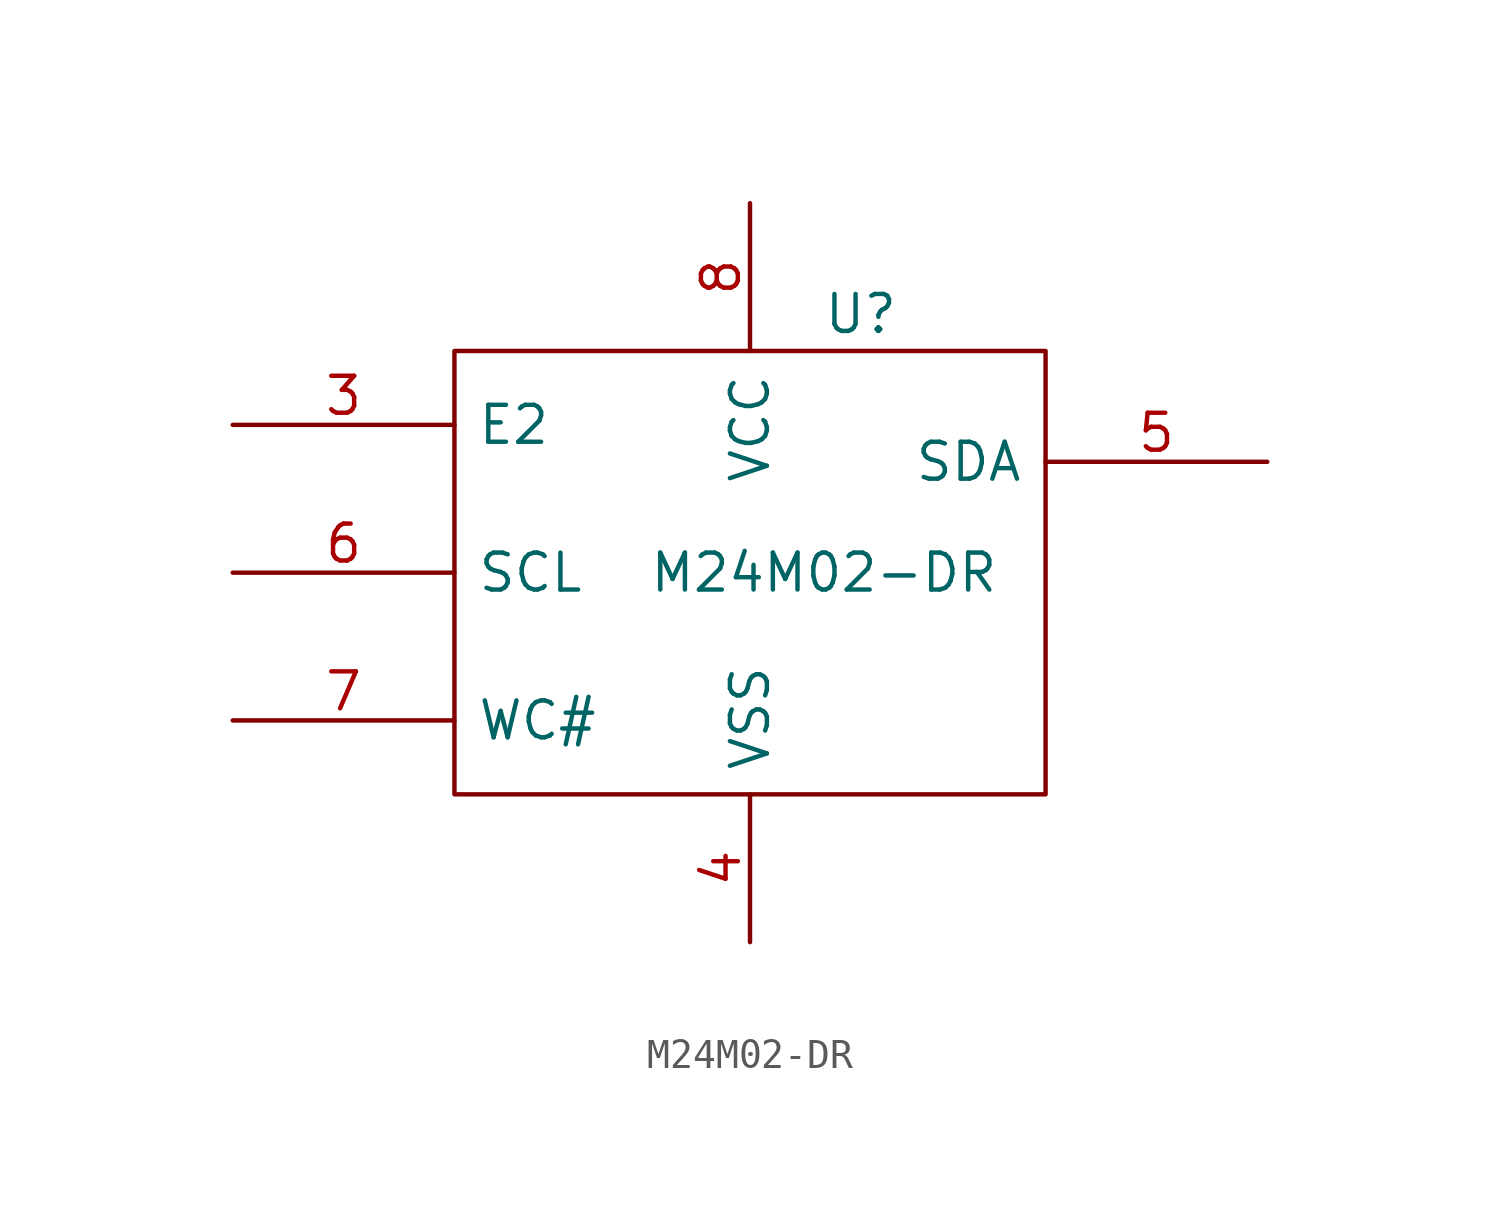
<source format=kicad_sym>
(kicad_symbol_lib
  (version 20231120)
  (generator "kicad_symbol_editor")
  (generator_version "8.0")
  (symbol "M24M02-DR"
    (pin_names
      (offset 0.762))
    (property "Reference" "U"
      (at 3.81 8.89 0)
      (effects (font (size 1.27 1.27))))
    (property "Value" "M24M02-DR"
      (at 2.54 0 0)
      (effects (font (size 1.27 1.27))))
    (property "Footprint" ""
      (at 0 0 0)
      (effects (font (size 1.27 1.27))))
    (property "Datasheet" ""
      (at 0 0 0)
      (effects (font (size 1.27 1.27))))
    (symbol "M24M02-DR_0_0"
      (pin power_in line (at 0 -12.7 90) (length 5.08) (name "VSS" (effects (font (size 1.27 1.27)))) (number "4" (effects (font (size 1.27 1.27)))))
      (pin power_in line (at 0 12.7 270) (length 5.08) (name "VCC" (effects (font (size 1.27 1.27)))) (number "8" (effects (font (size 1.27 1.27))))))
    (symbol "M24M02-DR_1_1"
      (rectangle (start -10.16 -7.62) (end 10.16 7.62) (stroke (width 0) (type solid)) (fill (type none)))
      (pin input line (at -17.78 5.08 0) (length 7.62) (name "E2" (effects (font (size 1.27 1.27)))) (number "3" (effects (font (size 1.27 1.27)))))
      (pin bidirectional line (at 17.78 3.81 180) (length 7.62) (name "SDA" (effects (font (size 1.27 1.27)))) (number "5" (effects (font (size 1.27 1.27)))))
      (pin input line (at -17.78 0 0) (length 7.62) (name "SCL" (effects (font (size 1.27 1.27)))) (number "6" (effects (font (size 1.27 1.27)))))
      (pin input line (at -17.78 -5.08 0) (length 7.62) (name "WC#" (effects (font (size 1.27 1.27)))) (number "7" (effects (font (size 1.27 1.27))))))))
</source>
